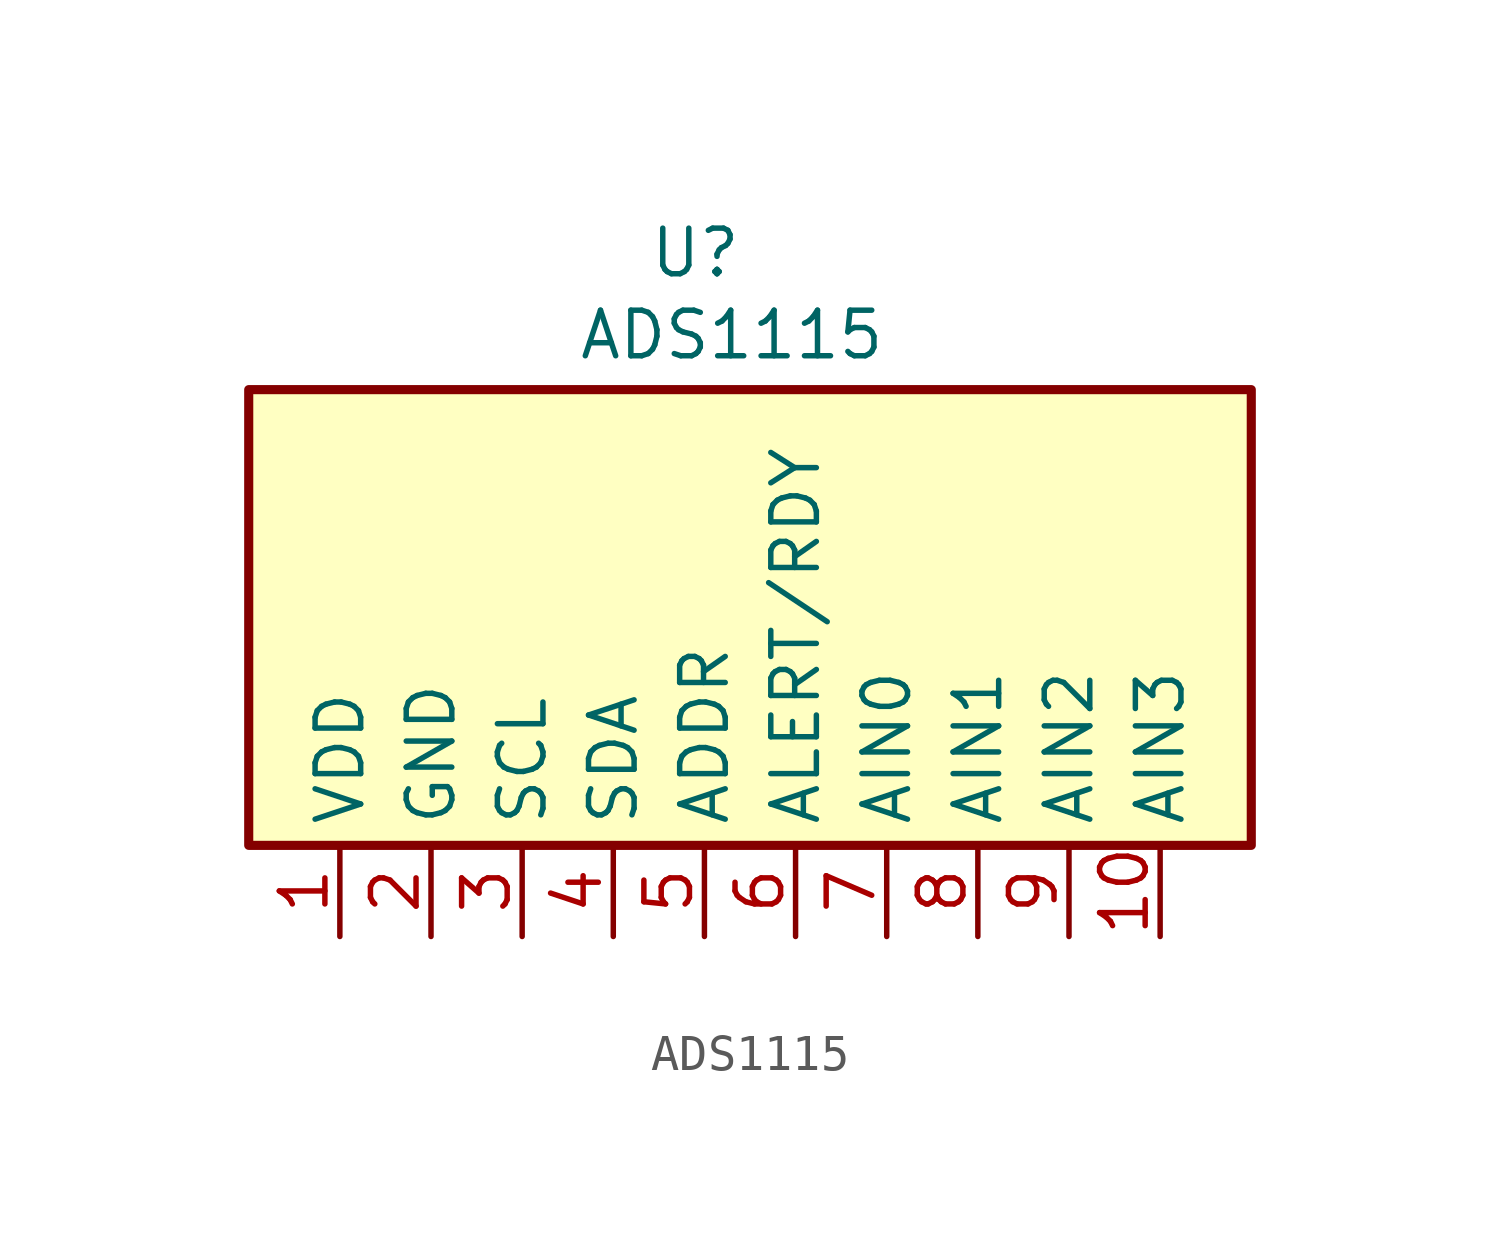
<source format=kicad_sym>
(kicad_symbol_lib
  (version 20241209)
  (generator "kicad_symbol_editor")
  (generator_version "9.0")
  (symbol "ADS1115"
    (property "Reference" "U"
      (at -1.524 3.81 0)
      (effects (font (size 1.27 1.27))))
    (property "Value" "ADS1115"
      (at -0.508 1.524 0)
      (effects (font (size 1.27 1.27))))
    (symbol "ADS1115_0_1"
      (rectangle (start -13.97 0) (end 13.97 -12.7) (stroke (width 0.254) (type default)) (fill (type background))))
    (symbol "ADS1115_1_1"
      (pin power_in line (at -11.43 -15.24 90) (length 2.54) (name "VDD" (effects (font (size 1.27 1.27)))) (number "1" (effects (font (size 1.27 1.27)))))
      (pin power_in line (at -8.89 -15.24 90) (length 2.54) (name "GND" (effects (font (size 1.27 1.27)))) (number "2" (effects (font (size 1.27 1.27)))))
      (pin input line (at -6.35 -15.24 90) (length 2.54) (name "SCL" (effects (font (size 1.27 1.27)))) (number "3" (effects (font (size 1.27 1.27)))))
      (pin bidirectional line (at -3.81 -15.24 90) (length 2.54) (name "SDA" (effects (font (size 1.27 1.27)))) (number "4" (effects (font (size 1.27 1.27)))))
      (pin input line (at -1.27 -15.24 90) (length 2.54) (name "ADDR" (effects (font (size 1.27 1.27)))) (number "5" (effects (font (size 1.27 1.27)))))
      (pin output line (at 1.27 -15.24 90) (length 2.54) (name "ALERT/RDY" (effects (font (size 1.27 1.27)))) (number "6" (effects (font (size 1.27 1.27)))))
      (pin input line (at 3.81 -15.24 90) (length 2.54) (name "AIN0" (effects (font (size 1.27 1.27)))) (number "7" (effects (font (size 1.27 1.27)))))
      (pin input line (at 6.35 -15.24 90) (length 2.54) (name "AIN1" (effects (font (size 1.27 1.27)))) (number "8" (effects (font (size 1.27 1.27)))))
      (pin input line (at 8.89 -15.24 90) (length 2.54) (name "AIN2" (effects (font (size 1.27 1.27)))) (number "9" (effects (font (size 1.27 1.27)))))
      (pin input line (at 11.43 -15.24 90) (length 2.54) (name "AIN3" (effects (font (size 1.27 1.27)))) (number "10" (effects (font (size 1.27 1.27))))))))
</source>
